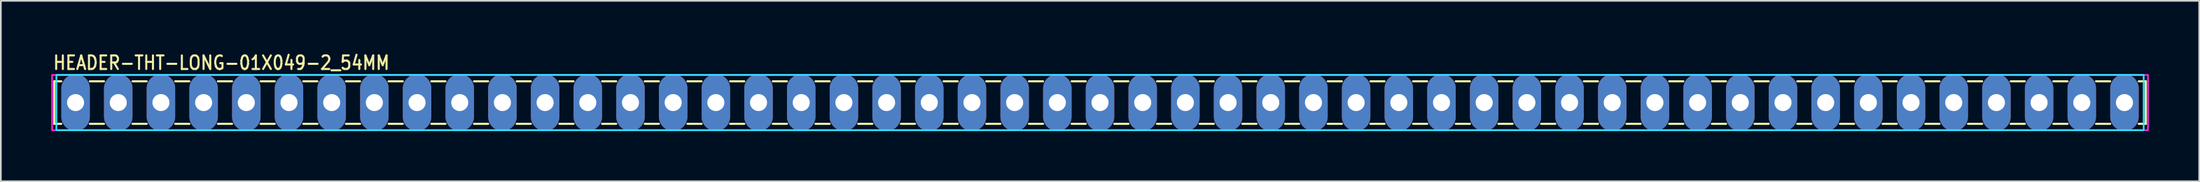
<source format=kicad_pcb>
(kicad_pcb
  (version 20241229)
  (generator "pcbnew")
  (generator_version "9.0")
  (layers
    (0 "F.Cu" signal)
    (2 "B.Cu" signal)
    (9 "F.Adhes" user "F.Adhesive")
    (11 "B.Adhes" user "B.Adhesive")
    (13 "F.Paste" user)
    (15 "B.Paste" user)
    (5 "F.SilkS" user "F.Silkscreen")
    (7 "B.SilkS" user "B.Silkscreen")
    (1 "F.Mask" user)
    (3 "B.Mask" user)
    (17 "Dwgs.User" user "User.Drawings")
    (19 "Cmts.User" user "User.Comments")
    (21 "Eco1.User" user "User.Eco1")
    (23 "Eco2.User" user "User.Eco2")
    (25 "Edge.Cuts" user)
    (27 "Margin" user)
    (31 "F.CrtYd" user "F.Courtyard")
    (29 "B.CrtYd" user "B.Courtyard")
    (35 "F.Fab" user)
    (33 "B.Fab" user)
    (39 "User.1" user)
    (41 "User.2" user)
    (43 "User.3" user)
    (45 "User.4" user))
  (footprint "HEADER-THT-LONG-01X049-2_54MM"
    (layer "F.Cu")
    (at 1.447 3.079)
    (property "Reference" "HEADER-THT-LONG-01X049-2_54MM" (at -1.4 -1.9 0) (unlocked yes) (layer "F.SilkS") (effects (font (size 0.813 0.695) (thickness 0.122)) (justify left bottom)))
    (fp_line (start -1.27 -1.27) (end -1.27 1.27) (stroke (width 0.127) (type solid)) (layer "F.SilkS"))
    (fp_line (start -1.27 1.27) (end -0.85 1.27) (stroke (width 0.127) (type solid)) (layer "F.SilkS"))
    (fp_line (start -0.85 -1.27) (end -1.27 -1.27) (stroke (width 0.127) (type solid)) (layer "F.SilkS"))
    (fp_line (start 0.85 -1.27) (end 1.69 -1.27) (stroke (width 0.127) (type solid)) (layer "F.SilkS"))
    (fp_line (start 0.85 1.27) (end 1.69 1.27) (stroke (width 0.127) (type solid)) (layer "F.SilkS"))
    (fp_line (start 3.39 -1.27) (end 4.23 -1.27) (stroke (width 0.127) (type solid)) (layer "F.SilkS"))
    (fp_line (start 3.39 1.27) (end 4.23 1.27) (stroke (width 0.127) (type solid)) (layer "F.SilkS"))
    (fp_line (start 5.93 -1.27) (end 6.77 -1.27) (stroke (width 0.127) (type solid)) (layer "F.SilkS"))
    (fp_line (start 5.93 1.27) (end 6.77 1.27) (stroke (width 0.127) (type solid)) (layer "F.SilkS"))
    (fp_line (start 8.47 -1.27) (end 9.31 -1.27) (stroke (width 0.127) (type solid)) (layer "F.SilkS"))
    (fp_line (start 8.47 1.27) (end 9.31 1.27) (stroke (width 0.127) (type solid)) (layer "F.SilkS"))
    (fp_line (start 11.01 -1.27) (end 11.85 -1.27) (stroke (width 0.127) (type solid)) (layer "F.SilkS"))
    (fp_line (start 11.01 1.27) (end 11.85 1.27) (stroke (width 0.127) (type solid)) (layer "F.SilkS"))
    (fp_line (start 13.55 -1.27) (end 14.39 -1.27) (stroke (width 0.127) (type solid)) (layer "F.SilkS"))
    (fp_line (start 13.55 1.27) (end 14.39 1.27) (stroke (width 0.127) (type solid)) (layer "F.SilkS"))
    (fp_line (start 16.09 -1.27) (end 16.93 -1.27) (stroke (width 0.127) (type solid)) (layer "F.SilkS"))
    (fp_line (start 16.09 1.27) (end 16.93 1.27) (stroke (width 0.127) (type solid)) (layer "F.SilkS"))
    (fp_line (start 18.63 -1.27) (end 19.47 -1.27) (stroke (width 0.127) (type solid)) (layer "F.SilkS"))
    (fp_line (start 18.63 1.27) (end 19.47 1.27) (stroke (width 0.127) (type solid)) (layer "F.SilkS"))
    (fp_line (start 21.17 -1.27) (end 22.01 -1.27) (stroke (width 0.127) (type solid)) (layer "F.SilkS"))
    (fp_line (start 21.17 1.27) (end 22.01 1.27) (stroke (width 0.127) (type solid)) (layer "F.SilkS"))
    (fp_line (start 23.71 -1.27) (end 24.55 -1.27) (stroke (width 0.127) (type solid)) (layer "F.SilkS"))
    (fp_line (start 23.71 1.27) (end 24.55 1.27) (stroke (width 0.127) (type solid)) (layer "F.SilkS"))
    (fp_line (start 26.25 -1.27) (end 27.09 -1.27) (stroke (width 0.127) (type solid)) (layer "F.SilkS"))
    (fp_line (start 26.25 1.27) (end 27.09 1.27) (stroke (width 0.127) (type solid)) (layer "F.SilkS"))
    (fp_line (start 28.79 -1.27) (end 29.63 -1.27) (stroke (width 0.127) (type solid)) (layer "F.SilkS"))
    (fp_line (start 28.79 1.27) (end 29.63 1.27) (stroke (width 0.127) (type solid)) (layer "F.SilkS"))
    (fp_line (start 31.33 -1.27) (end 32.17 -1.27) (stroke (width 0.127) (type solid)) (layer "F.SilkS"))
    (fp_line (start 31.33 1.27) (end 32.17 1.27) (stroke (width 0.127) (type solid)) (layer "F.SilkS"))
    (fp_line (start 33.87 -1.27) (end 34.71 -1.27) (stroke (width 0.127) (type solid)) (layer "F.SilkS"))
    (fp_line (start 33.87 1.27) (end 34.71 1.27) (stroke (width 0.127) (type solid)) (layer "F.SilkS"))
    (fp_line (start 36.41 -1.27) (end 37.25 -1.27) (stroke (width 0.127) (type solid)) (layer "F.SilkS"))
    (fp_line (start 36.41 1.27) (end 37.25 1.27) (stroke (width 0.127) (type solid)) (layer "F.SilkS"))
    (fp_line (start 38.95 -1.27) (end 39.79 -1.27) (stroke (width 0.127) (type solid)) (layer "F.SilkS"))
    (fp_line (start 38.95 1.27) (end 39.79 1.27) (stroke (width 0.127) (type solid)) (layer "F.SilkS"))
    (fp_line (start 41.49 -1.27) (end 42.33 -1.27) (stroke (width 0.127) (type solid)) (layer "F.SilkS"))
    (fp_line (start 41.49 1.27) (end 42.33 1.27) (stroke (width 0.127) (type solid)) (layer "F.SilkS"))
    (fp_line (start 44.03 -1.27) (end 44.87 -1.27) (stroke (width 0.127) (type solid)) (layer "F.SilkS"))
    (fp_line (start 44.03 1.27) (end 44.87 1.27) (stroke (width 0.127) (type solid)) (layer "F.SilkS"))
    (fp_line (start 46.57 -1.27) (end 47.41 -1.27) (stroke (width 0.127) (type solid)) (layer "F.SilkS"))
    (fp_line (start 46.57 1.27) (end 47.41 1.27) (stroke (width 0.127) (type solid)) (layer "F.SilkS"))
    (fp_line (start 49.11 -1.27) (end 49.95 -1.27) (stroke (width 0.127) (type solid)) (layer "F.SilkS"))
    (fp_line (start 49.11 1.27) (end 49.95 1.27) (stroke (width 0.127) (type solid)) (layer "F.SilkS"))
    (fp_line (start 51.65 -1.27) (end 52.49 -1.27) (stroke (width 0.127) (type solid)) (layer "F.SilkS"))
    (fp_line (start 51.65 1.27) (end 52.49 1.27) (stroke (width 0.127) (type solid)) (layer "F.SilkS"))
    (fp_line (start 54.19 -1.27) (end 55.03 -1.27) (stroke (width 0.127) (type solid)) (layer "F.SilkS"))
    (fp_line (start 54.19 1.27) (end 55.03 1.27) (stroke (width 0.127) (type solid)) (layer "F.SilkS"))
    (fp_line (start 56.73 -1.27) (end 57.57 -1.27) (stroke (width 0.127) (type solid)) (layer "F.SilkS"))
    (fp_line (start 56.73 1.27) (end 57.57 1.27) (stroke (width 0.127) (type solid)) (layer "F.SilkS"))
    (fp_line (start 59.27 -1.27) (end 60.11 -1.27) (stroke (width 0.127) (type solid)) (layer "F.SilkS"))
    (fp_line (start 59.27 1.27) (end 60.11 1.27) (stroke (width 0.127) (type solid)) (layer "F.SilkS"))
    (fp_line (start 61.81 -1.27) (end 62.65 -1.27) (stroke (width 0.127) (type solid)) (layer "F.SilkS"))
    (fp_line (start 61.81 1.27) (end 62.65 1.27) (stroke (width 0.127) (type solid)) (layer "F.SilkS"))
    (fp_line (start 64.35 -1.27) (end 65.19 -1.27) (stroke (width 0.127) (type solid)) (layer "F.SilkS"))
    (fp_line (start 64.35 1.27) (end 65.19 1.27) (stroke (width 0.127) (type solid)) (layer "F.SilkS"))
    (fp_line (start 66.89 -1.27) (end 67.73 -1.27) (stroke (width 0.127) (type solid)) (layer "F.SilkS"))
    (fp_line (start 66.89 1.27) (end 67.73 1.27) (stroke (width 0.127) (type solid)) (layer "F.SilkS"))
    (fp_line (start 69.43 -1.27) (end 70.27 -1.27) (stroke (width 0.127) (type solid)) (layer "F.SilkS"))
    (fp_line (start 69.43 1.27) (end 70.27 1.27) (stroke (width 0.127) (type solid)) (layer "F.SilkS"))
    (fp_line (start 71.97 -1.27) (end 72.81 -1.27) (stroke (width 0.127) (type solid)) (layer "F.SilkS"))
    (fp_line (start 71.97 1.27) (end 72.81 1.27) (stroke (width 0.127) (type solid)) (layer "F.SilkS"))
    (fp_line (start 74.51 -1.27) (end 75.35 -1.27) (stroke (width 0.127) (type solid)) (layer "F.SilkS"))
    (fp_line (start 74.51 1.27) (end 75.35 1.27) (stroke (width 0.127) (type solid)) (layer "F.SilkS"))
    (fp_line (start 77.05 -1.27) (end 77.89 -1.27) (stroke (width 0.127) (type solid)) (layer "F.SilkS"))
    (fp_line (start 77.05 1.27) (end 77.89 1.27) (stroke (width 0.127) (type solid)) (layer "F.SilkS"))
    (fp_line (start 79.59 -1.27) (end 80.43 -1.27) (stroke (width 0.127) (type solid)) (layer "F.SilkS"))
    (fp_line (start 79.59 1.27) (end 80.43 1.27) (stroke (width 0.127) (type solid)) (layer "F.SilkS"))
    (fp_line (start 82.13 -1.27) (end 82.97 -1.27) (stroke (width 0.127) (type solid)) (layer "F.SilkS"))
    (fp_line (start 82.13 1.27) (end 82.97 1.27) (stroke (width 0.127) (type solid)) (layer "F.SilkS"))
    (fp_line (start 84.67 -1.27) (end 85.51 -1.27) (stroke (width 0.127) (type solid)) (layer "F.SilkS"))
    (fp_line (start 84.67 1.27) (end 85.51 1.27) (stroke (width 0.127) (type solid)) (layer "F.SilkS"))
    (fp_line (start 87.21 -1.27) (end 88.05 -1.27) (stroke (width 0.127) (type solid)) (layer "F.SilkS"))
    (fp_line (start 87.21 1.27) (end 88.05 1.27) (stroke (width 0.127) (type solid)) (layer "F.SilkS"))
    (fp_line (start 89.75 -1.27) (end 90.59 -1.27) (stroke (width 0.127) (type solid)) (layer "F.SilkS"))
    (fp_line (start 89.75 1.27) (end 90.59 1.27) (stroke (width 0.127) (type solid)) (layer "F.SilkS"))
    (fp_line (start 92.29 -1.27) (end 93.13 -1.27) (stroke (width 0.127) (type solid)) (layer "F.SilkS"))
    (fp_line (start 92.29 1.27) (end 93.13 1.27) (stroke (width 0.127) (type solid)) (layer "F.SilkS"))
    (fp_line (start 94.83 -1.27) (end 95.67 -1.27) (stroke (width 0.127) (type solid)) (layer "F.SilkS"))
    (fp_line (start 94.83 1.27) (end 95.67 1.27) (stroke (width 0.127) (type solid)) (layer "F.SilkS"))
    (fp_line (start 97.37 -1.27) (end 98.21 -1.27) (stroke (width 0.127) (type solid)) (layer "F.SilkS"))
    (fp_line (start 97.37 1.27) (end 98.21 1.27) (stroke (width 0.127) (type solid)) (layer "F.SilkS"))
    (fp_line (start 99.91 -1.27) (end 100.75 -1.27) (stroke (width 0.127) (type solid)) (layer "F.SilkS"))
    (fp_line (start 99.91 1.27) (end 100.75 1.27) (stroke (width 0.127) (type solid)) (layer "F.SilkS"))
    (fp_line (start 102.45 -1.27) (end 103.29 -1.27) (stroke (width 0.127) (type solid)) (layer "F.SilkS"))
    (fp_line (start 102.45 1.27) (end 103.29 1.27) (stroke (width 0.127) (type solid)) (layer "F.SilkS"))
    (fp_line (start 104.99 -1.27) (end 105.83 -1.27) (stroke (width 0.127) (type solid)) (layer "F.SilkS"))
    (fp_line (start 104.99 1.27) (end 105.83 1.27) (stroke (width 0.127) (type solid)) (layer "F.SilkS"))
    (fp_line (start 107.53 -1.27) (end 108.37 -1.27) (stroke (width 0.127) (type solid)) (layer "F.SilkS"))
    (fp_line (start 107.53 1.27) (end 108.37 1.27) (stroke (width 0.127) (type solid)) (layer "F.SilkS"))
    (fp_line (start 110.07 -1.27) (end 110.91 -1.27) (stroke (width 0.127) (type solid)) (layer "F.SilkS"))
    (fp_line (start 110.07 1.27) (end 110.91 1.27) (stroke (width 0.127) (type solid)) (layer "F.SilkS"))
    (fp_line (start 112.61 -1.27) (end 113.45 -1.27) (stroke (width 0.127) (type solid)) (layer "F.SilkS"))
    (fp_line (start 112.61 1.27) (end 113.45 1.27) (stroke (width 0.127) (type solid)) (layer "F.SilkS"))
    (fp_line (start 115.15 -1.27) (end 115.99 -1.27) (stroke (width 0.127) (type solid)) (layer "F.SilkS"))
    (fp_line (start 115.15 1.27) (end 115.99 1.27) (stroke (width 0.127) (type solid)) (layer "F.SilkS"))
    (fp_line (start 117.69 -1.27) (end 118.53 -1.27) (stroke (width 0.127) (type solid)) (layer "F.SilkS"))
    (fp_line (start 117.69 1.27) (end 118.53 1.27) (stroke (width 0.127) (type solid)) (layer "F.SilkS"))
    (fp_line (start 120.23 -1.27) (end 121.07 -1.27) (stroke (width 0.127) (type solid)) (layer "F.SilkS"))
    (fp_line (start 120.23 1.27) (end 121.07 1.27) (stroke (width 0.127) (type solid)) (layer "F.SilkS"))
    (fp_line (start 122.77 -1.27) (end 123.19 -1.27) (stroke (width 0.127) (type solid)) (layer "F.SilkS"))
    (fp_line (start 123.19 -1.27) (end 123.19 1.27) (stroke (width 0.127) (type solid)) (layer "F.SilkS"))
    (fp_line (start 123.19 1.27) (end 122.77 1.27) (stroke (width 0.127) (type solid)) (layer "F.SilkS"))
    (fp_poly (pts (xy -1.143 -1.651) (xy 123.063 -1.651) (xy 123.063 1.651) (xy -1.143 1.651)) (stroke (width 0.1) (type solid)) (fill no) (layer "B.CrtYd"))
    (fp_poly (pts (xy -1.397 -1.651) (xy 123.317 -1.651) (xy 123.317 1.651) (xy -1.397 1.651)) (stroke (width 0.1) (type solid)) (fill no) (layer "F.CrtYd"))
    (pad "P$1" thru_hole oval (at 0 0 90) (size 3.387 1.693) (drill 1.016) (layers "*.Cu" "*.Mask"))
    (pad "P$2" thru_hole oval (at 2.54 0 90) (size 3.387 1.693) (drill 1.016) (layers "*.Cu" "*.Mask"))
    (pad "P$3" thru_hole oval (at 5.08 0 90) (size 3.387 1.693) (drill 1.016) (layers "*.Cu" "*.Mask"))
    (pad "P$4" thru_hole oval (at 7.62 0 90) (size 3.387 1.693) (drill 1.016) (layers "*.Cu" "*.Mask"))
    (pad "P$5" thru_hole oval (at 10.16 0 90) (size 3.387 1.693) (drill 1.016) (layers "*.Cu" "*.Mask"))
    (pad "P$6" thru_hole oval (at 12.7 0 90) (size 3.387 1.693) (drill 1.016) (layers "*.Cu" "*.Mask"))
    (pad "P$7" thru_hole oval (at 15.24 0 90) (size 3.387 1.693) (drill 1.016) (layers "*.Cu" "*.Mask"))
    (pad "P$8" thru_hole oval (at 17.78 0 90) (size 3.387 1.693) (drill 1.016) (layers "*.Cu" "*.Mask"))
    (pad "P$9" thru_hole oval (at 20.32 0 90) (size 3.387 1.693) (drill 1.016) (layers "*.Cu" "*.Mask"))
    (pad "P$10" thru_hole oval (at 22.86 0 90) (size 3.387 1.693) (drill 1.016) (layers "*.Cu" "*.Mask"))
    (pad "P$11" thru_hole oval (at 25.4 0 90) (size 3.387 1.693) (drill 1.016) (layers "*.Cu" "*.Mask"))
    (pad "P$12" thru_hole oval (at 27.94 0 90) (size 3.387 1.693) (drill 1.016) (layers "*.Cu" "*.Mask"))
    (pad "P$13" thru_hole oval (at 30.48 0 90) (size 3.387 1.693) (drill 1.016) (layers "*.Cu" "*.Mask"))
    (pad "P$14" thru_hole oval (at 33.02 0 90) (size 3.387 1.693) (drill 1.016) (layers "*.Cu" "*.Mask"))
    (pad "P$15" thru_hole oval (at 35.56 0 90) (size 3.387 1.693) (drill 1.016) (layers "*.Cu" "*.Mask"))
    (pad "P$16" thru_hole oval (at 38.1 0 90) (size 3.387 1.693) (drill 1.016) (layers "*.Cu" "*.Mask"))
    (pad "P$17" thru_hole oval (at 40.64 0 90) (size 3.387 1.693) (drill 1.016) (layers "*.Cu" "*.Mask"))
    (pad "P$18" thru_hole oval (at 43.18 0 90) (size 3.387 1.693) (drill 1.016) (layers "*.Cu" "*.Mask"))
    (pad "P$19" thru_hole oval (at 45.72 0 90) (size 3.387 1.693) (drill 1.016) (layers "*.Cu" "*.Mask"))
    (pad "P$20" thru_hole oval (at 48.26 0 90) (size 3.387 1.693) (drill 1.016) (layers "*.Cu" "*.Mask"))
    (pad "P$21" thru_hole oval (at 50.8 0 90) (size 3.387 1.693) (drill 1.016) (layers "*.Cu" "*.Mask"))
    (pad "P$22" thru_hole oval (at 53.34 0 90) (size 3.387 1.693) (drill 1.016) (layers "*.Cu" "*.Mask"))
    (pad "P$23" thru_hole oval (at 55.88 0 90) (size 3.387 1.693) (drill 1.016) (layers "*.Cu" "*.Mask"))
    (pad "P$24" thru_hole oval (at 58.42 0 90) (size 3.387 1.693) (drill 1.016) (layers "*.Cu" "*.Mask"))
    (pad "P$25" thru_hole oval (at 60.96 0 90) (size 3.387 1.693) (drill 1.016) (layers "*.Cu" "*.Mask"))
    (pad "P$26" thru_hole oval (at 63.5 0 90) (size 3.387 1.693) (drill 1.016) (layers "*.Cu" "*.Mask"))
    (pad "P$27" thru_hole oval (at 66.04 0 90) (size 3.387 1.693) (drill 1.016) (layers "*.Cu" "*.Mask"))
    (pad "P$28" thru_hole oval (at 68.58 0 90) (size 3.387 1.693) (drill 1.016) (layers "*.Cu" "*.Mask"))
    (pad "P$29" thru_hole oval (at 71.12 0 90) (size 3.387 1.693) (drill 1.016) (layers "*.Cu" "*.Mask"))
    (pad "P$30" thru_hole oval (at 73.66 0 90) (size 3.387 1.693) (drill 1.016) (layers "*.Cu" "*.Mask"))
    (pad "P$31" thru_hole oval (at 76.2 0 90) (size 3.387 1.693) (drill 1.016) (layers "*.Cu" "*.Mask"))
    (pad "P$32" thru_hole oval (at 78.74 0 90) (size 3.387 1.693) (drill 1.016) (layers "*.Cu" "*.Mask"))
    (pad "P$33" thru_hole oval (at 81.28 0 90) (size 3.387 1.693) (drill 1.016) (layers "*.Cu" "*.Mask"))
    (pad "P$34" thru_hole oval (at 83.82 0 90) (size 3.387 1.693) (drill 1.016) (layers "*.Cu" "*.Mask"))
    (pad "P$35" thru_hole oval (at 86.36 0 90) (size 3.387 1.693) (drill 1.016) (layers "*.Cu" "*.Mask"))
    (pad "P$36" thru_hole oval (at 88.9 0 90) (size 3.387 1.693) (drill 1.016) (layers "*.Cu" "*.Mask"))
    (pad "P$37" thru_hole oval (at 91.44 0 90) (size 3.387 1.693) (drill 1.016) (layers "*.Cu" "*.Mask"))
    (pad "P$38" thru_hole oval (at 93.98 0 90) (size 3.387 1.693) (drill 1.016) (layers "*.Cu" "*.Mask"))
    (pad "P$39" thru_hole oval (at 96.52 0 90) (size 3.387 1.693) (drill 1.016) (layers "*.Cu" "*.Mask"))
    (pad "P$40" thru_hole oval (at 99.06 0 90) (size 3.387 1.693) (drill 1.016) (layers "*.Cu" "*.Mask"))
    (pad "P$41" thru_hole oval (at 101.6 0 90) (size 3.387 1.693) (drill 1.016) (layers "*.Cu" "*.Mask"))
    (pad "P$42" thru_hole oval (at 104.14 0 90) (size 3.387 1.693) (drill 1.016) (layers "*.Cu" "*.Mask"))
    (pad "P$43" thru_hole oval (at 106.68 0 90) (size 3.387 1.693) (drill 1.016) (layers "*.Cu" "*.Mask"))
    (pad "P$44" thru_hole oval (at 109.22 0 90) (size 3.387 1.693) (drill 1.016) (layers "*.Cu" "*.Mask"))
    (pad "P$45" thru_hole oval (at 111.76 0 90) (size 3.387 1.693) (drill 1.016) (layers "*.Cu" "*.Mask"))
    (pad "P$46" thru_hole oval (at 114.3 0 90) (size 3.387 1.693) (drill 1.016) (layers "*.Cu" "*.Mask"))
    (pad "P$47" thru_hole oval (at 116.84 0 90) (size 3.387 1.693) (drill 1.016) (layers "*.Cu" "*.Mask"))
    (pad "P$48" thru_hole oval (at 119.38 0 90) (size 3.387 1.693) (drill 1.016) (layers "*.Cu" "*.Mask"))
    (pad "P$49" thru_hole oval (at 121.92 0 90) (size 3.387 1.693) (drill 1.016) (layers "*.Cu" "*.Mask")))
  (gr_rect
    (start -3 -3)
    (end 127.814 7.78)
    (stroke (width 0.1) (type default))
    (fill no)
    (layer "Edge.Cuts")))
</source>
